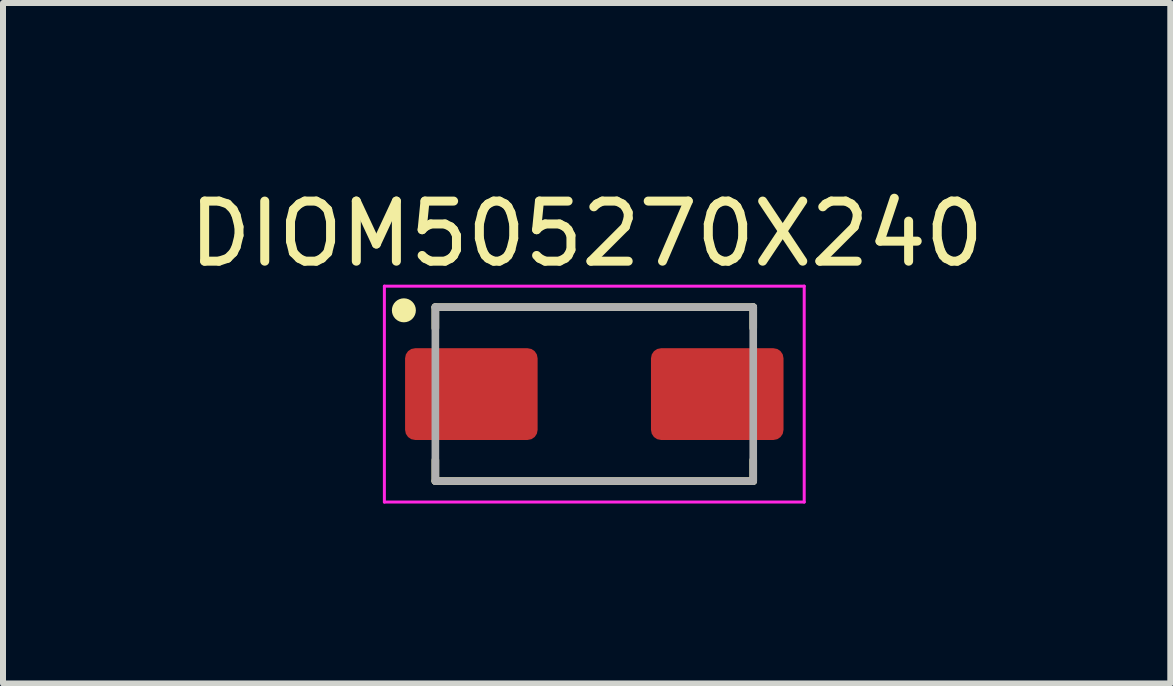
<source format=kicad_pcb>
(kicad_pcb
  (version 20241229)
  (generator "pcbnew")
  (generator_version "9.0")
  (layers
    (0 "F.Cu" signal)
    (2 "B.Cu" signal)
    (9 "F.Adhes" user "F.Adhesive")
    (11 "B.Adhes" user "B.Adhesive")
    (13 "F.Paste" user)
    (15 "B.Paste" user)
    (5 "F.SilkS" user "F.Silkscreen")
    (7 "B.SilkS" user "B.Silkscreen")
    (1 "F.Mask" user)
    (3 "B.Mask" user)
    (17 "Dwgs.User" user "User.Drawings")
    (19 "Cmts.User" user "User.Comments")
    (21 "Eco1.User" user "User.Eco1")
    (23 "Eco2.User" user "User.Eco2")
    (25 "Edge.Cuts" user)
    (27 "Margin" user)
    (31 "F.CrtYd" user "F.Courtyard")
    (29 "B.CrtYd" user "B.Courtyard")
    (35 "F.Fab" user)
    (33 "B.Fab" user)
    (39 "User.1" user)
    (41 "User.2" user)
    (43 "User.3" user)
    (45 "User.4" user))
  (footprint "DIOM505270X240"
    (layer "F.Cu")
    (at 6.859 3.521)
    (property "Reference" "DIOM505270X240" (at -0.127 -2.672 0) (layer "F.SilkS") (effects (font (size 1.002 1.002) (thickness 0.15))))
    (attr smd)
    (fp_line (start -2.65 -1.45) (end 2.65 -1.45) (stroke (width 0.127) (type solid)) (layer "F.SilkS"))
    (fp_line (start -2.65 -1.1) (end -2.65 -1.45) (stroke (width 0.127) (type solid)) (layer "F.SilkS"))
    (fp_line (start -2.65 1.1) (end -2.65 1.45) (stroke (width 0.127) (type solid)) (layer "F.SilkS"))
    (fp_line (start -2.65 1.45) (end 2.65 1.45) (stroke (width 0.127) (type solid)) (layer "F.SilkS"))
    (fp_line (start 2.65 -1.45) (end 2.65 -1.1) (stroke (width 0.127) (type solid)) (layer "F.SilkS"))
    (fp_line (start 2.65 1.45) (end 2.65 1.1) (stroke (width 0.127) (type solid)) (layer "F.SilkS"))
    (fp_circle (center -3.175 -1.397) (end -3.075 -1.397) (stroke (width 0.2) (type solid)) (fill no) (layer "F.SilkS"))
    (fp_line (start -3.5 -1.8) (end 3.5 -1.8) (stroke (width 0.05) (type solid)) (layer "F.CrtYd"))
    (fp_line (start -3.5 1.8) (end -3.5 -1.8) (stroke (width 0.05) (type solid)) (layer "F.CrtYd"))
    (fp_line (start 3.5 -1.8) (end 3.5 1.8) (stroke (width 0.05) (type solid)) (layer "F.CrtYd"))
    (fp_line (start 3.5 1.8) (end -3.5 1.8) (stroke (width 0.05) (type solid)) (layer "F.CrtYd"))
    (fp_line (start -2.65 -1.45) (end 2.65 -1.45) (stroke (width 0.127) (type solid)) (layer "F.Fab"))
    (fp_line (start -2.65 1.45) (end -2.65 -1.45) (stroke (width 0.127) (type solid)) (layer "F.Fab"))
    (fp_line (start 2.65 -1.45) (end 2.65 1.45) (stroke (width 0.127) (type solid)) (layer "F.Fab"))
    (fp_line (start 2.65 1.45) (end -2.65 1.45) (stroke (width 0.127) (type solid)) (layer "F.Fab"))
    (pad "1" smd roundrect (at 2.05 0) (size 2.21 1.53) (layers "F.Cu" "F.Mask" "F.Paste") (roundrect_rratio 0.11))
    (pad "2" smd roundrect (at -2.05 0) (size 2.21 1.53) (layers "F.Cu" "F.Mask" "F.Paste") (roundrect_rratio 0.11)))
  (gr_rect
    (start -3 -3)
    (end 16.463 8.346)
    (stroke (width 0.1) (type default))
    (fill no)
    (layer "Edge.Cuts")))
</source>
